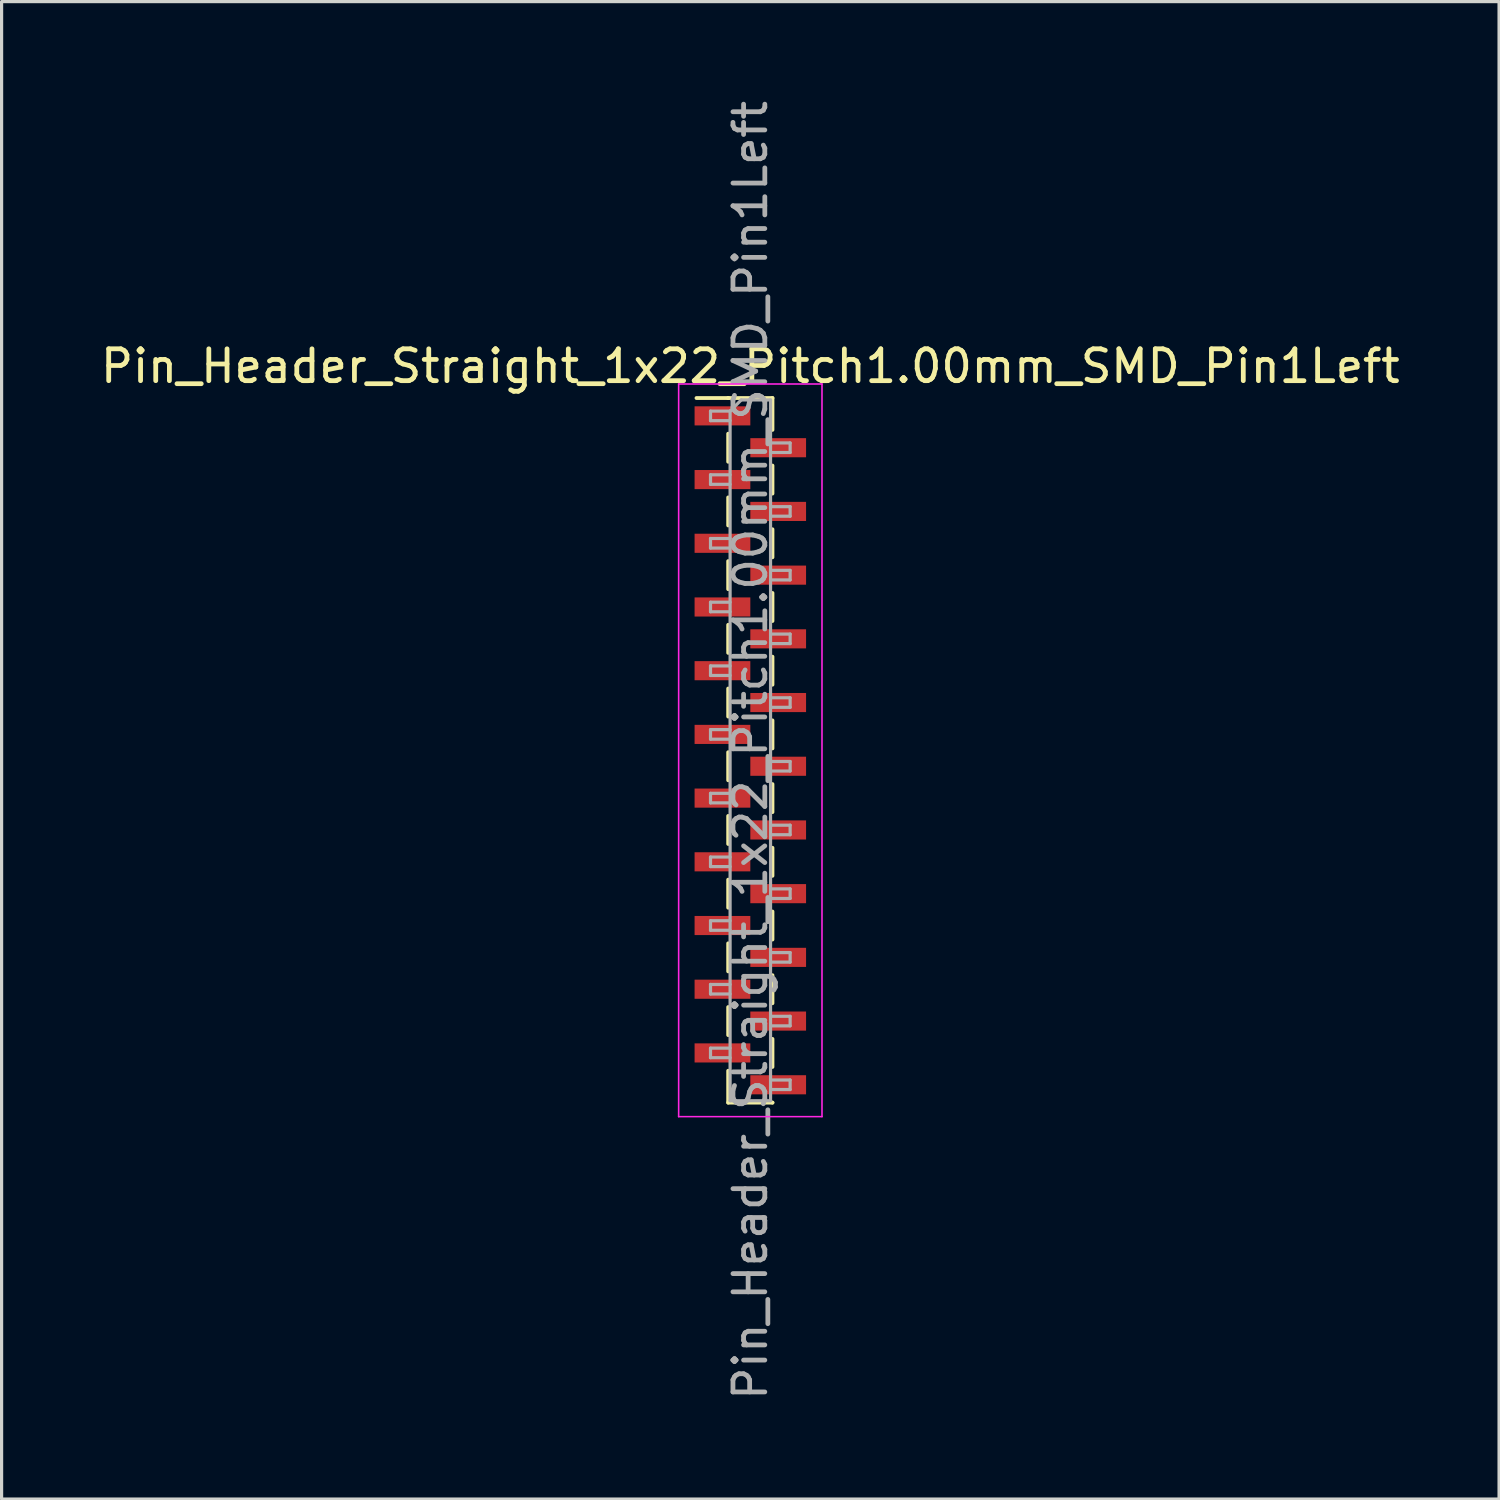
<source format=kicad_pcb>
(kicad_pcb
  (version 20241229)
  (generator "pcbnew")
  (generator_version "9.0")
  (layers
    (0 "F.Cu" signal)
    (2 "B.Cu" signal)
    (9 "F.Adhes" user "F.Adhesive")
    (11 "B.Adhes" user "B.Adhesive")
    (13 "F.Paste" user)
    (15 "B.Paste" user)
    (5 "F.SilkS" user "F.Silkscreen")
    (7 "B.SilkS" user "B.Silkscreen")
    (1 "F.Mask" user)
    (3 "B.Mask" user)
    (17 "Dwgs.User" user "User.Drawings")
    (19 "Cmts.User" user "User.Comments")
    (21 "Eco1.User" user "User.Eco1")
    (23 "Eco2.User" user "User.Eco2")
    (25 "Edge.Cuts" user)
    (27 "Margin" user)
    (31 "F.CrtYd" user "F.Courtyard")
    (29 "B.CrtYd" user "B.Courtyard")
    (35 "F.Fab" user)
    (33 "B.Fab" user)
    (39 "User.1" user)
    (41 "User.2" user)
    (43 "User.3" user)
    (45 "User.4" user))
  (footprint "Pin_Header_Straight_1x22_Pitch1.00mm_SMD_Pin1Left"
    (layer "F.Cu")
    (at 20.506 20.506)
    (property "Reference" "Pin_Header_Straight_1x22_Pitch1.00mm_SMD_Pin1Left" (at 0 -12.06 0) (layer "F.SilkS") (effects (font (size 1 1) (thickness 0.15))))
    (attr smd)
    (fp_line (start -0.695 -11.06) (end -1.69 -11.06) (stroke (width 0.12) (type solid)) (layer "F.SilkS"))
    (fp_line (start -0.695 -11.06) (end -0.695 -11.06) (stroke (width 0.12) (type solid)) (layer "F.SilkS"))
    (fp_line (start -0.695 -11.06) (end 0.695 -11.06) (stroke (width 0.12) (type solid)) (layer "F.SilkS"))
    (fp_line (start -0.695 -9.94) (end -0.695 -9.06) (stroke (width 0.12) (type solid)) (layer "F.SilkS"))
    (fp_line (start -0.695 -7.94) (end -0.695 -7.06) (stroke (width 0.12) (type solid)) (layer "F.SilkS"))
    (fp_line (start -0.695 -5.94) (end -0.695 -5.06) (stroke (width 0.12) (type solid)) (layer "F.SilkS"))
    (fp_line (start -0.695 -3.94) (end -0.695 -3.06) (stroke (width 0.12) (type solid)) (layer "F.SilkS"))
    (fp_line (start -0.695 -1.94) (end -0.695 -1.06) (stroke (width 0.12) (type solid)) (layer "F.SilkS"))
    (fp_line (start -0.695 0.06) (end -0.695 0.94) (stroke (width 0.12) (type solid)) (layer "F.SilkS"))
    (fp_line (start -0.695 2.06) (end -0.695 2.94) (stroke (width 0.12) (type solid)) (layer "F.SilkS"))
    (fp_line (start -0.695 4.06) (end -0.695 4.94) (stroke (width 0.12) (type solid)) (layer "F.SilkS"))
    (fp_line (start -0.695 6.06) (end -0.695 6.94) (stroke (width 0.12) (type solid)) (layer "F.SilkS"))
    (fp_line (start -0.695 8.06) (end -0.695 8.94) (stroke (width 0.12) (type solid)) (layer "F.SilkS"))
    (fp_line (start -0.695 10.06) (end -0.695 11.06) (stroke (width 0.12) (type solid)) (layer "F.SilkS"))
    (fp_line (start -0.695 11.06) (end 0.695 11.06) (stroke (width 0.12) (type solid)) (layer "F.SilkS"))
    (fp_line (start 0.695 -11.06) (end 0.695 -10.06) (stroke (width 0.12) (type solid)) (layer "F.SilkS"))
    (fp_line (start 0.695 -8.94) (end 0.695 -8.06) (stroke (width 0.12) (type solid)) (layer "F.SilkS"))
    (fp_line (start 0.695 -6.94) (end 0.695 -6.06) (stroke (width 0.12) (type solid)) (layer "F.SilkS"))
    (fp_line (start 0.695 -4.94) (end 0.695 -4.06) (stroke (width 0.12) (type solid)) (layer "F.SilkS"))
    (fp_line (start 0.695 -2.94) (end 0.695 -2.06) (stroke (width 0.12) (type solid)) (layer "F.SilkS"))
    (fp_line (start 0.695 -0.94) (end 0.695 -0.06) (stroke (width 0.12) (type solid)) (layer "F.SilkS"))
    (fp_line (start 0.695 1.06) (end 0.695 1.94) (stroke (width 0.12) (type solid)) (layer "F.SilkS"))
    (fp_line (start 0.695 3.06) (end 0.695 3.94) (stroke (width 0.12) (type solid)) (layer "F.SilkS"))
    (fp_line (start 0.695 5.06) (end 0.695 5.94) (stroke (width 0.12) (type solid)) (layer "F.SilkS"))
    (fp_line (start 0.695 7.06) (end 0.695 7.94) (stroke (width 0.12) (type solid)) (layer "F.SilkS"))
    (fp_line (start 0.695 9.06) (end 0.695 9.94) (stroke (width 0.12) (type solid)) (layer "F.SilkS"))
    (fp_line (start 0.695 11.06) (end 0.695 11.06) (stroke (width 0.12) (type solid)) (layer "F.SilkS"))
    (fp_line (start -2.25 -11.5) (end -2.25 11.5) (stroke (width 0.05) (type solid)) (layer "F.CrtYd"))
    (fp_line (start -2.25 11.5) (end 2.25 11.5) (stroke (width 0.05) (type solid)) (layer "F.CrtYd"))
    (fp_line (start 2.25 -11.5) (end -2.25 -11.5) (stroke (width 0.05) (type solid)) (layer "F.CrtYd"))
    (fp_line (start 2.25 11.5) (end 2.25 -11.5) (stroke (width 0.05) (type solid)) (layer "F.CrtYd"))
    (fp_line (start -1.25 -10.65) (end -1.25 -10.35) (stroke (width 0.1) (type solid)) (layer "F.Fab"))
    (fp_line (start -1.25 -10.35) (end -0.635 -10.35) (stroke (width 0.1) (type solid)) (layer "F.Fab"))
    (fp_line (start -1.25 -8.65) (end -1.25 -8.35) (stroke (width 0.1) (type solid)) (layer "F.Fab"))
    (fp_line (start -1.25 -8.35) (end -0.635 -8.35) (stroke (width 0.1) (type solid)) (layer "F.Fab"))
    (fp_line (start -1.25 -6.65) (end -1.25 -6.35) (stroke (width 0.1) (type solid)) (layer "F.Fab"))
    (fp_line (start -1.25 -6.35) (end -0.635 -6.35) (stroke (width 0.1) (type solid)) (layer "F.Fab"))
    (fp_line (start -1.25 -4.65) (end -1.25 -4.35) (stroke (width 0.1) (type solid)) (layer "F.Fab"))
    (fp_line (start -1.25 -4.35) (end -0.635 -4.35) (stroke (width 0.1) (type solid)) (layer "F.Fab"))
    (fp_line (start -1.25 -2.65) (end -1.25 -2.35) (stroke (width 0.1) (type solid)) (layer "F.Fab"))
    (fp_line (start -1.25 -2.35) (end -0.635 -2.35) (stroke (width 0.1) (type solid)) (layer "F.Fab"))
    (fp_line (start -1.25 -0.65) (end -1.25 -0.35) (stroke (width 0.1) (type solid)) (layer "F.Fab"))
    (fp_line (start -1.25 -0.35) (end -0.635 -0.35) (stroke (width 0.1) (type solid)) (layer "F.Fab"))
    (fp_line (start -1.25 1.35) (end -1.25 1.65) (stroke (width 0.1) (type solid)) (layer "F.Fab"))
    (fp_line (start -1.25 1.65) (end -0.635 1.65) (stroke (width 0.1) (type solid)) (layer "F.Fab"))
    (fp_line (start -1.25 3.35) (end -1.25 3.65) (stroke (width 0.1) (type solid)) (layer "F.Fab"))
    (fp_line (start -1.25 3.65) (end -0.635 3.65) (stroke (width 0.1) (type solid)) (layer "F.Fab"))
    (fp_line (start -1.25 5.35) (end -1.25 5.65) (stroke (width 0.1) (type solid)) (layer "F.Fab"))
    (fp_line (start -1.25 5.65) (end -0.635 5.65) (stroke (width 0.1) (type solid)) (layer "F.Fab"))
    (fp_line (start -1.25 7.35) (end -1.25 7.65) (stroke (width 0.1) (type solid)) (layer "F.Fab"))
    (fp_line (start -1.25 7.65) (end -0.635 7.65) (stroke (width 0.1) (type solid)) (layer "F.Fab"))
    (fp_line (start -1.25 9.35) (end -1.25 9.65) (stroke (width 0.1) (type solid)) (layer "F.Fab"))
    (fp_line (start -1.25 9.65) (end -0.635 9.65) (stroke (width 0.1) (type solid)) (layer "F.Fab"))
    (fp_line (start -0.635 -10.65) (end -1.25 -10.65) (stroke (width 0.1) (type solid)) (layer "F.Fab"))
    (fp_line (start -0.635 -10.65) (end -0.285 -11) (stroke (width 0.1) (type solid)) (layer "F.Fab"))
    (fp_line (start -0.635 -8.65) (end -1.25 -8.65) (stroke (width 0.1) (type solid)) (layer "F.Fab"))
    (fp_line (start -0.635 -6.65) (end -1.25 -6.65) (stroke (width 0.1) (type solid)) (layer "F.Fab"))
    (fp_line (start -0.635 -4.65) (end -1.25 -4.65) (stroke (width 0.1) (type solid)) (layer "F.Fab"))
    (fp_line (start -0.635 -2.65) (end -1.25 -2.65) (stroke (width 0.1) (type solid)) (layer "F.Fab"))
    (fp_line (start -0.635 -0.65) (end -1.25 -0.65) (stroke (width 0.1) (type solid)) (layer "F.Fab"))
    (fp_line (start -0.635 1.35) (end -1.25 1.35) (stroke (width 0.1) (type solid)) (layer "F.Fab"))
    (fp_line (start -0.635 3.35) (end -1.25 3.35) (stroke (width 0.1) (type solid)) (layer "F.Fab"))
    (fp_line (start -0.635 5.35) (end -1.25 5.35) (stroke (width 0.1) (type solid)) (layer "F.Fab"))
    (fp_line (start -0.635 7.35) (end -1.25 7.35) (stroke (width 0.1) (type solid)) (layer "F.Fab"))
    (fp_line (start -0.635 9.35) (end -1.25 9.35) (stroke (width 0.1) (type solid)) (layer "F.Fab"))
    (fp_line (start -0.635 11) (end -0.635 -10.65) (stroke (width 0.1) (type solid)) (layer "F.Fab"))
    (fp_line (start -0.285 -11) (end 0.635 -11) (stroke (width 0.1) (type solid)) (layer "F.Fab"))
    (fp_line (start 0.635 -11) (end 0.635 11) (stroke (width 0.1) (type solid)) (layer "F.Fab"))
    (fp_line (start 0.635 -9.65) (end 1.25 -9.65) (stroke (width 0.1) (type solid)) (layer "F.Fab"))
    (fp_line (start 0.635 -7.65) (end 1.25 -7.65) (stroke (width 0.1) (type solid)) (layer "F.Fab"))
    (fp_line (start 0.635 -5.65) (end 1.25 -5.65) (stroke (width 0.1) (type solid)) (layer "F.Fab"))
    (fp_line (start 0.635 -3.65) (end 1.25 -3.65) (stroke (width 0.1) (type solid)) (layer "F.Fab"))
    (fp_line (start 0.635 -1.65) (end 1.25 -1.65) (stroke (width 0.1) (type solid)) (layer "F.Fab"))
    (fp_line (start 0.635 0.35) (end 1.25 0.35) (stroke (width 0.1) (type solid)) (layer "F.Fab"))
    (fp_line (start 0.635 2.35) (end 1.25 2.35) (stroke (width 0.1) (type solid)) (layer "F.Fab"))
    (fp_line (start 0.635 4.35) (end 1.25 4.35) (stroke (width 0.1) (type solid)) (layer "F.Fab"))
    (fp_line (start 0.635 6.35) (end 1.25 6.35) (stroke (width 0.1) (type solid)) (layer "F.Fab"))
    (fp_line (start 0.635 8.35) (end 1.25 8.35) (stroke (width 0.1) (type solid)) (layer "F.Fab"))
    (fp_line (start 0.635 10.35) (end 1.25 10.35) (stroke (width 0.1) (type solid)) (layer "F.Fab"))
    (fp_line (start 0.635 11) (end -0.635 11) (stroke (width 0.1) (type solid)) (layer "F.Fab"))
    (fp_line (start 1.25 -9.65) (end 1.25 -9.35) (stroke (width 0.1) (type solid)) (layer "F.Fab"))
    (fp_line (start 1.25 -9.35) (end 0.635 -9.35) (stroke (width 0.1) (type solid)) (layer "F.Fab"))
    (fp_line (start 1.25 -7.65) (end 1.25 -7.35) (stroke (width 0.1) (type solid)) (layer "F.Fab"))
    (fp_line (start 1.25 -7.35) (end 0.635 -7.35) (stroke (width 0.1) (type solid)) (layer "F.Fab"))
    (fp_line (start 1.25 -5.65) (end 1.25 -5.35) (stroke (width 0.1) (type solid)) (layer "F.Fab"))
    (fp_line (start 1.25 -5.35) (end 0.635 -5.35) (stroke (width 0.1) (type solid)) (layer "F.Fab"))
    (fp_line (start 1.25 -3.65) (end 1.25 -3.35) (stroke (width 0.1) (type solid)) (layer "F.Fab"))
    (fp_line (start 1.25 -3.35) (end 0.635 -3.35) (stroke (width 0.1) (type solid)) (layer "F.Fab"))
    (fp_line (start 1.25 -1.65) (end 1.25 -1.35) (stroke (width 0.1) (type solid)) (layer "F.Fab"))
    (fp_line (start 1.25 -1.35) (end 0.635 -1.35) (stroke (width 0.1) (type solid)) (layer "F.Fab"))
    (fp_line (start 1.25 0.35) (end 1.25 0.65) (stroke (width 0.1) (type solid)) (layer "F.Fab"))
    (fp_line (start 1.25 0.65) (end 0.635 0.65) (stroke (width 0.1) (type solid)) (layer "F.Fab"))
    (fp_line (start 1.25 2.35) (end 1.25 2.65) (stroke (width 0.1) (type solid)) (layer "F.Fab"))
    (fp_line (start 1.25 2.65) (end 0.635 2.65) (stroke (width 0.1) (type solid)) (layer "F.Fab"))
    (fp_line (start 1.25 4.35) (end 1.25 4.65) (stroke (width 0.1) (type solid)) (layer "F.Fab"))
    (fp_line (start 1.25 4.65) (end 0.635 4.65) (stroke (width 0.1) (type solid)) (layer "F.Fab"))
    (fp_line (start 1.25 6.35) (end 1.25 6.65) (stroke (width 0.1) (type solid)) (layer "F.Fab"))
    (fp_line (start 1.25 6.65) (end 0.635 6.65) (stroke (width 0.1) (type solid)) (layer "F.Fab"))
    (fp_line (start 1.25 8.35) (end 1.25 8.65) (stroke (width 0.1) (type solid)) (layer "F.Fab"))
    (fp_line (start 1.25 8.65) (end 0.635 8.65) (stroke (width 0.1) (type solid)) (layer "F.Fab"))
    (fp_line (start 1.25 10.35) (end 1.25 10.65) (stroke (width 0.1) (type solid)) (layer "F.Fab"))
    (fp_line (start 1.25 10.65) (end 0.635 10.65) (stroke (width 0.1) (type solid)) (layer "F.Fab"))
    (fp_text user "${REFERENCE}" (at 0 0 90) (layer "F.Fab") (effects (font (size 1 1) (thickness 0.15))))
    (pad "1" smd rect (at -0.875 -10.5) (size 1.75 0.6) (layers "F.Cu" "F.Mask" "F.Paste"))
    (pad "2" smd rect (at 0.875 -9.5) (size 1.75 0.6) (layers "F.Cu" "F.Mask" "F.Paste"))
    (pad "3" smd rect (at -0.875 -8.5) (size 1.75 0.6) (layers "F.Cu" "F.Mask" "F.Paste"))
    (pad "4" smd rect (at 0.875 -7.5) (size 1.75 0.6) (layers "F.Cu" "F.Mask" "F.Paste"))
    (pad "5" smd rect (at -0.875 -6.5) (size 1.75 0.6) (layers "F.Cu" "F.Mask" "F.Paste"))
    (pad "6" smd rect (at 0.875 -5.5) (size 1.75 0.6) (layers "F.Cu" "F.Mask" "F.Paste"))
    (pad "7" smd rect (at -0.875 -4.5) (size 1.75 0.6) (layers "F.Cu" "F.Mask" "F.Paste"))
    (pad "8" smd rect (at 0.875 -3.5) (size 1.75 0.6) (layers "F.Cu" "F.Mask" "F.Paste"))
    (pad "9" smd rect (at -0.875 -2.5) (size 1.75 0.6) (layers "F.Cu" "F.Mask" "F.Paste"))
    (pad "10" smd rect (at 0.875 -1.5) (size 1.75 0.6) (layers "F.Cu" "F.Mask" "F.Paste"))
    (pad "11" smd rect (at -0.875 -0.5) (size 1.75 0.6) (layers "F.Cu" "F.Mask" "F.Paste"))
    (pad "12" smd rect (at 0.875 0.5) (size 1.75 0.6) (layers "F.Cu" "F.Mask" "F.Paste"))
    (pad "13" smd rect (at -0.875 1.5) (size 1.75 0.6) (layers "F.Cu" "F.Mask" "F.Paste"))
    (pad "14" smd rect (at 0.875 2.5) (size 1.75 0.6) (layers "F.Cu" "F.Mask" "F.Paste"))
    (pad "15" smd rect (at -0.875 3.5) (size 1.75 0.6) (layers "F.Cu" "F.Mask" "F.Paste"))
    (pad "16" smd rect (at 0.875 4.5) (size 1.75 0.6) (layers "F.Cu" "F.Mask" "F.Paste"))
    (pad "17" smd rect (at -0.875 5.5) (size 1.75 0.6) (layers "F.Cu" "F.Mask" "F.Paste"))
    (pad "18" smd rect (at 0.875 6.5) (size 1.75 0.6) (layers "F.Cu" "F.Mask" "F.Paste"))
    (pad "19" smd rect (at -0.875 7.5) (size 1.75 0.6) (layers "F.Cu" "F.Mask" "F.Paste"))
    (pad "20" smd rect (at 0.875 8.5) (size 1.75 0.6) (layers "F.Cu" "F.Mask" "F.Paste"))
    (pad "21" smd rect (at -0.875 9.5) (size 1.75 0.6) (layers "F.Cu" "F.Mask" "F.Paste"))
    (pad "22" smd rect (at 0.875 10.5) (size 1.75 0.6) (layers "F.Cu" "F.Mask" "F.Paste")))
  (gr_rect
    (start -3 -3)
    (end 44.012 44.012)
    (stroke (width 0.1) (type default))
    (fill no)
    (layer "Edge.Cuts")))
</source>
